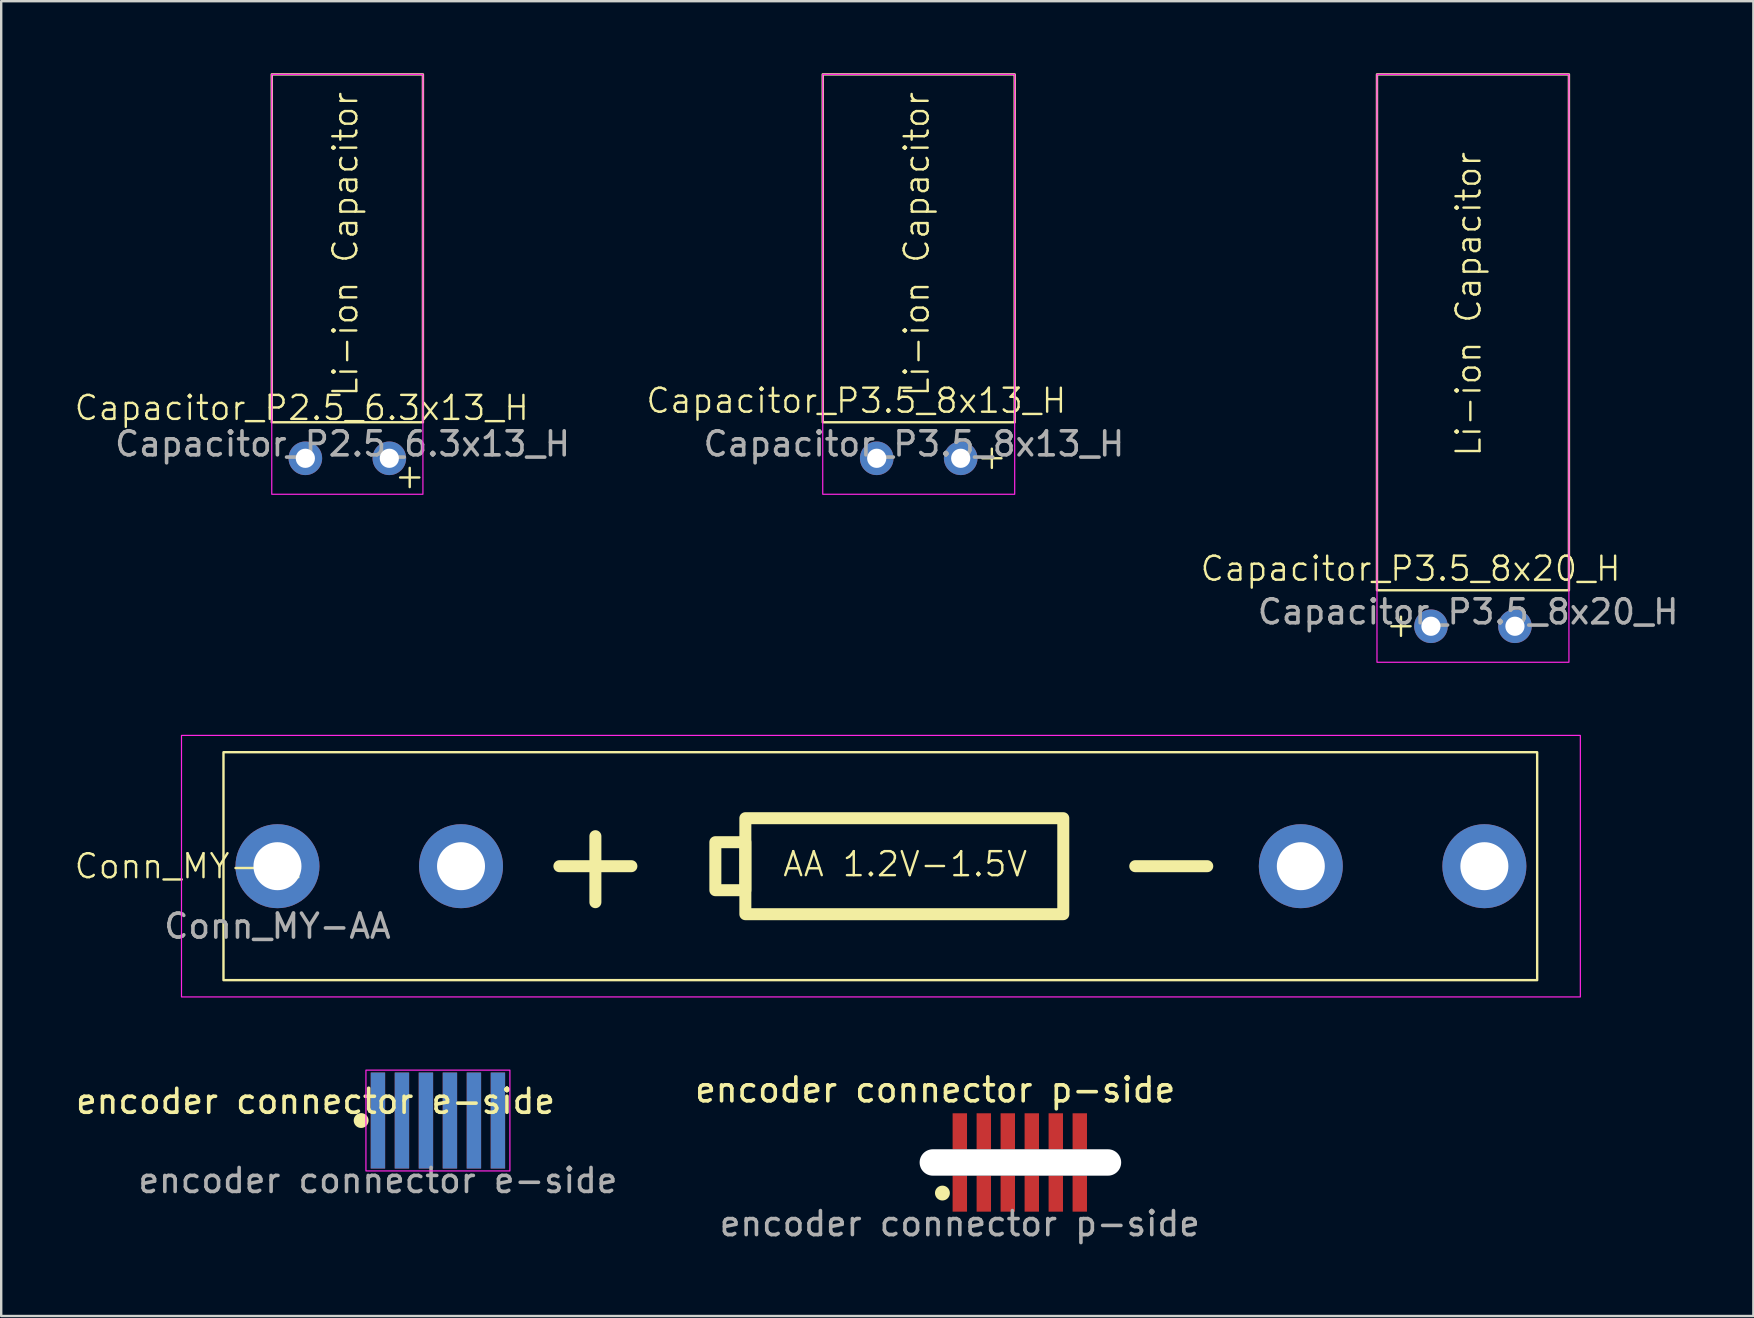
<source format=kicad_pcb>
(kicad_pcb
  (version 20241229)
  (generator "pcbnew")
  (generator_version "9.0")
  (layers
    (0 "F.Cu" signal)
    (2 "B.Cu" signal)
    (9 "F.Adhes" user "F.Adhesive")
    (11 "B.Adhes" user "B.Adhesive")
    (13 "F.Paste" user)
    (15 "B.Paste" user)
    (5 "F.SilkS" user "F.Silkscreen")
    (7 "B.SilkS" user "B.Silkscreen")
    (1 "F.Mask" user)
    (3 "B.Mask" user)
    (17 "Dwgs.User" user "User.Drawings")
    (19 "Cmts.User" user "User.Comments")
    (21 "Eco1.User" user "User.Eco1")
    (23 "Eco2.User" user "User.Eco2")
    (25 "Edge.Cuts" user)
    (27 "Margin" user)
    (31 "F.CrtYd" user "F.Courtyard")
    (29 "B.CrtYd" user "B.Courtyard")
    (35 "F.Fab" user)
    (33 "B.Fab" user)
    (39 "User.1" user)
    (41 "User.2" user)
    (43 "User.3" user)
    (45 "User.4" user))
  (footprint "Capacitor_P2.5_6.3x13_H"
    (layer "F.Cu")
    (at 11.426 16.05)
    (property "Reference" "Capacitor_P2.5_6.3x13_H" (at -1.9 -2.1 0) (unlocked yes) (layer "F.SilkS") (effects (font (size 1 1) (thickness 0.1))))
    (attr through_hole)
    (fp_line (start 2.2 0.8) (end 3 0.8) (stroke (width 0.1) (type default)) (layer "F.SilkS"))
    (fp_line (start 2.6 0.4) (end 2.6 1.2) (stroke (width 0.1) (type default)) (layer "F.SilkS"))
    (fp_rect (start -3.15 -1.5) (end 3.15 -16) (stroke (width 0.1) (type default)) (fill no) (layer "F.SilkS"))
    (fp_rect (start -3.15 -16) (end 3.15 1.5) (stroke (width 0.05) (type default)) (fill no) (layer "F.CrtYd"))
    (fp_text user "Li-ion Capacitor" (at 0.5 -2.5 90) (unlocked yes) (layer "F.SilkS") (effects (font (size 1 1) (thickness 0.1)) (justify left bottom)))
    (fp_text user "${REFERENCE}" (at -0.2 -0.6 0) (unlocked yes) (layer "F.Fab") (effects (font (size 1 1) (thickness 0.15))))
    (pad "1" thru_hole circle (at 1.75 0) (size 1.4 1.4) (drill 0.8) (layers "*.Cu" "*.Mask"))
    (pad "2" thru_hole circle (at -1.75 0) (size 1.4 1.4) (drill 0.8) (layers "*.Cu" "*.Mask")))
  (footprint "Conn_MY-AA"
    (layer "F.Cu")
    (at 8.514 33.05)
    (property "Reference" "Conn_MY-AA" (at -3.75 0 0) (unlocked yes) (layer "F.SilkS") (effects (font (size 1 1) (thickness 0.1))))
    (attr through_hole)
    (fp_line (start 11.75 0) (end 14.75 0) (stroke (width 0.5) (type default)) (layer "F.SilkS"))
    (fp_line (start 13.25 -1.25) (end 13.25 1.5) (stroke (width 0.5) (type default)) (layer "F.SilkS"))
    (fp_line (start 35.75 0) (end 38.75 0) (stroke (width 0.5) (type default)) (layer "F.SilkS"))
    (fp_rect (start -2.25 -4.75) (end 52.5 4.75) (stroke (width 0.1) (type default)) (fill no) (layer "F.SilkS"))
    (fp_rect (start 18.25 -1) (end 19.5 1) (stroke (width 0.5) (type default)) (fill no) (layer "F.SilkS"))
    (fp_rect (start 19.5 -2) (end 32.75 2) (stroke (width 0.5) (type default)) (fill no) (layer "F.SilkS"))
    (fp_rect (start -4 -5.45) (end 54.3 5.45) (stroke (width 0.05) (type default)) (fill no) (layer "F.CrtYd"))
    (fp_text user "AA 1.2V-1.5V" (at 21 0.5 0) (unlocked yes) (layer "F.SilkS") (effects (font (size 1 1) (thickness 0.1)) (justify left bottom)))
    (fp_text user "${REFERENCE}" (at 0 2.5 0) (unlocked yes) (layer "F.Fab") (effects (font (size 1 1) (thickness 0.15))))
    (pad "1" thru_hole circle (at 0 0) (size 3.5 3.5) (drill 2) (layers "*.Cu" "*.Mask"))
    (pad "1" thru_hole circle (at 7.65 0) (size 3.5 3.5) (drill 2) (layers "*.Cu" "*.Mask"))
    (pad "2" thru_hole circle (at 42.65 0) (size 3.5 3.5) (drill 2) (layers "*.Cu" "*.Mask"))
    (pad "2" thru_hole circle (at 50.3 0) (size 3.5 3.5) (drill 2) (layers "*.Cu" "*.Mask")))
  (footprint "Capacitor_P3.5_8x20_H"
    (layer "F.Cu")
    (at 58.338 23.05)
    (property "Reference" "Capacitor_P3.5_8x20_H" (at -2.6 -2.4 0) (unlocked yes) (layer "F.SilkS") (effects (font (size 1 1) (thickness 0.1))))
    (attr through_hole)
    (fp_line (start -3.4 0) (end -2.6 0) (stroke (width 0.1) (type default)) (layer "F.SilkS"))
    (fp_line (start -3 -0.4) (end -3 0.4) (stroke (width 0.1) (type default)) (layer "F.SilkS"))
    (fp_rect (start -4 -1.5) (end 4 -23) (stroke (width 0.1) (type default)) (fill no) (layer "F.SilkS"))
    (fp_rect (start -4 -23) (end 4 1.5) (stroke (width 0.05) (type default)) (fill no) (layer "F.CrtYd"))
    (fp_text user "Li-ion Capacitor" (at 0.4 -7 90) (unlocked yes) (layer "F.SilkS") (effects (font (size 1 1) (thickness 0.1)) (justify left bottom)))
    (fp_text user "${REFERENCE}" (at -0.2 -0.6 0) (unlocked yes) (layer "F.Fab") (effects (font (size 1 1) (thickness 0.15))))
    (pad "1" thru_hole circle (at -1.75 0) (size 1.4 1.4) (drill 0.8) (layers "*.Cu" "*.Mask"))
    (pad "2" thru_hole circle (at 1.75 0) (size 1.4 1.4) (drill 0.8) (layers "*.Cu" "*.Mask")))
  (footprint "encoder connector e-side"
    (layer "F.Cu")
    (at 12.701 43.65)
    (property "Reference" "encoder connector e-side" (at -2.6 -0.8 0) (unlocked yes) (layer "F.SilkS") (effects (font (size 1 1) (thickness 0.15))))
    (attr smd)
    (fp_circle (center -0.7 0) (end -0.45 0) (stroke (width 0.12) (type solid)) (fill yes) (layer "F.SilkS"))
    (fp_rect (start -0.5 -2.1) (end 5.5 2.1) (stroke (width 0.05) (type solid)) (fill no) (layer "F.CrtYd"))
    (fp_text user "${REFERENCE}" (at 0 2.5 0) (unlocked yes) (layer "F.Fab") (effects (font (size 1 1) (thickness 0.15))))
    (pad "1" smd rect (at 0 0) (size 0.6 4) (layers "F.Cu" "F.Mask" "F.Paste"))
    (pad "1" smd rect (at 0 0) (size 0.6 4) (layers "F.Mask" "B.Cu" "F.Paste"))
    (pad "2" smd rect (at 1 0) (size 0.6 4) (layers "F.Cu" "F.Mask" "F.Paste"))
    (pad "2" smd rect (at 1 0) (size 0.6 4) (layers "F.Mask" "B.Cu" "F.Paste"))
    (pad "3" smd rect (at 2 0) (size 0.6 4) (layers "F.Cu" "F.Mask" "F.Paste"))
    (pad "3" smd rect (at 2 0) (size 0.6 4) (layers "F.Mask" "B.Cu" "F.Paste"))
    (pad "4" smd rect (at 3 0) (size 0.6 4) (layers "F.Cu" "F.Mask" "F.Paste"))
    (pad "4" smd rect (at 3 0) (size 0.6 4) (layers "F.Mask" "B.Cu" "F.Paste"))
    (pad "5" smd rect (at 4 0) (size 0.6 4) (layers "F.Cu" "F.Mask" "F.Paste"))
    (pad "5" smd rect (at 4 0) (size 0.6 4) (layers "F.Mask" "B.Cu" "F.Paste"))
    (pad "6" smd rect (at 5 0) (size 0.6 4) (layers "F.Cu" "F.Mask" "F.Paste"))
    (pad "6" smd rect (at 5 0) (size 0.6 4) (layers "F.Mask" "B.Cu" "F.Paste")))
  (footprint "Capacitor_P3.5_8x13_H"
    (layer "F.Cu")
    (at 35.239 16.05)
    (property "Reference" "Capacitor_P3.5_8x13_H" (at -2.6 -2.4 0) (unlocked yes) (layer "F.SilkS") (effects (font (size 1 1) (thickness 0.1))))
    (attr through_hole)
    (fp_line (start 2.648 0) (end 3.448 0) (stroke (width 0.1) (type default)) (layer "F.SilkS"))
    (fp_line (start 3.048 -0.4) (end 3.048 0.4) (stroke (width 0.1) (type default)) (layer "F.SilkS"))
    (fp_rect (start -4 -1.5) (end 4 -16) (stroke (width 0.1) (type default)) (fill no) (layer "F.SilkS"))
    (fp_rect (start -4 -16) (end 4 1.5) (stroke (width 0.05) (type default)) (fill no) (layer "F.CrtYd"))
    (fp_text user "Li-ion Capacitor" (at 0.5 -2.5 90) (unlocked yes) (layer "F.SilkS") (effects (font (size 1 1) (thickness 0.1)) (justify left bottom)))
    (fp_text user "${REFERENCE}" (at -0.2 -0.6 0) (unlocked yes) (layer "F.Fab") (effects (font (size 1 1) (thickness 0.15))))
    (pad "1" thru_hole circle (at 1.75 0) (size 1.4 1.4) (drill 0.8) (layers "*.Cu" "*.Mask"))
    (pad "2" thru_hole circle (at -1.75 0) (size 1.4 1.4) (drill 0.8) (layers "*.Cu" "*.Mask")))
  (footprint "encoder connector p-side"
    (layer "F.Cu")
    (at 36.952 45.448)
    (property "Reference" "encoder connector p-side" (at -1.025 -3.075 0) (unlocked yes) (layer "F.SilkS") (effects (font (size 1 1) (thickness 0.15))))
    (attr smd)
    (fp_circle (center -0.725 1.225) (end -0.475 1.225) (stroke (width 0.12) (type solid)) (fill yes) (layer "F.SilkS"))
    (fp_text user "${REFERENCE}" (at 0 2.5 0) (unlocked yes) (layer "F.Fab") (effects (font (size 1 1) (thickness 0.15))))
    (pad "" np_thru_hole oval (at 2.525 -0.05) (size 8.4 1.1) (drill oval 8.4 1.1) (layers "*.Cu" "*.Mask"))
    (pad "1" smd rect (at 0 -1.35) (size 0.6 1.5) (layers "F.Cu" "F.Mask" "F.Paste"))
    (pad "1" smd rect (at 0 1.25) (size 0.6 1.5) (layers "F.Cu" "F.Mask" "F.Paste"))
    (pad "2" smd rect (at 1 -1.35) (size 0.6 1.5) (layers "F.Cu" "F.Mask" "F.Paste"))
    (pad "2" smd rect (at 1 1.25) (size 0.6 1.5) (layers "F.Cu" "F.Mask" "F.Paste"))
    (pad "3" smd rect (at 2 -1.35) (size 0.6 1.5) (layers "F.Cu" "F.Mask" "F.Paste"))
    (pad "3" smd rect (at 2 1.25) (size 0.6 1.5) (layers "F.Cu" "F.Mask" "F.Paste"))
    (pad "4" smd rect (at 3 -1.35) (size 0.6 1.5) (layers "F.Cu" "F.Mask" "F.Paste"))
    (pad "4" smd rect (at 3 1.25) (size 0.6 1.5) (layers "F.Cu" "F.Mask" "F.Paste"))
    (pad "5" smd rect (at 4 -1.35) (size 0.6 1.5) (layers "F.Cu" "F.Mask" "F.Paste"))
    (pad "5" smd rect (at 4 1.25) (size 0.6 1.5) (layers "F.Cu" "F.Mask" "F.Paste"))
    (pad "6" smd rect (at 5 -1.35) (size 0.6 1.5) (layers "F.Cu" "F.Mask" "F.Paste"))
    (pad "6" smd rect (at 5 1.25) (size 0.6 1.5) (layers "F.Cu" "F.Mask" "F.Paste")))
  (gr_rect
    (start -3 -3)
    (end 70.025 51.797)
    (stroke (width 0.1) (type default))
    (fill no)
    (layer "Edge.Cuts")))
</source>
